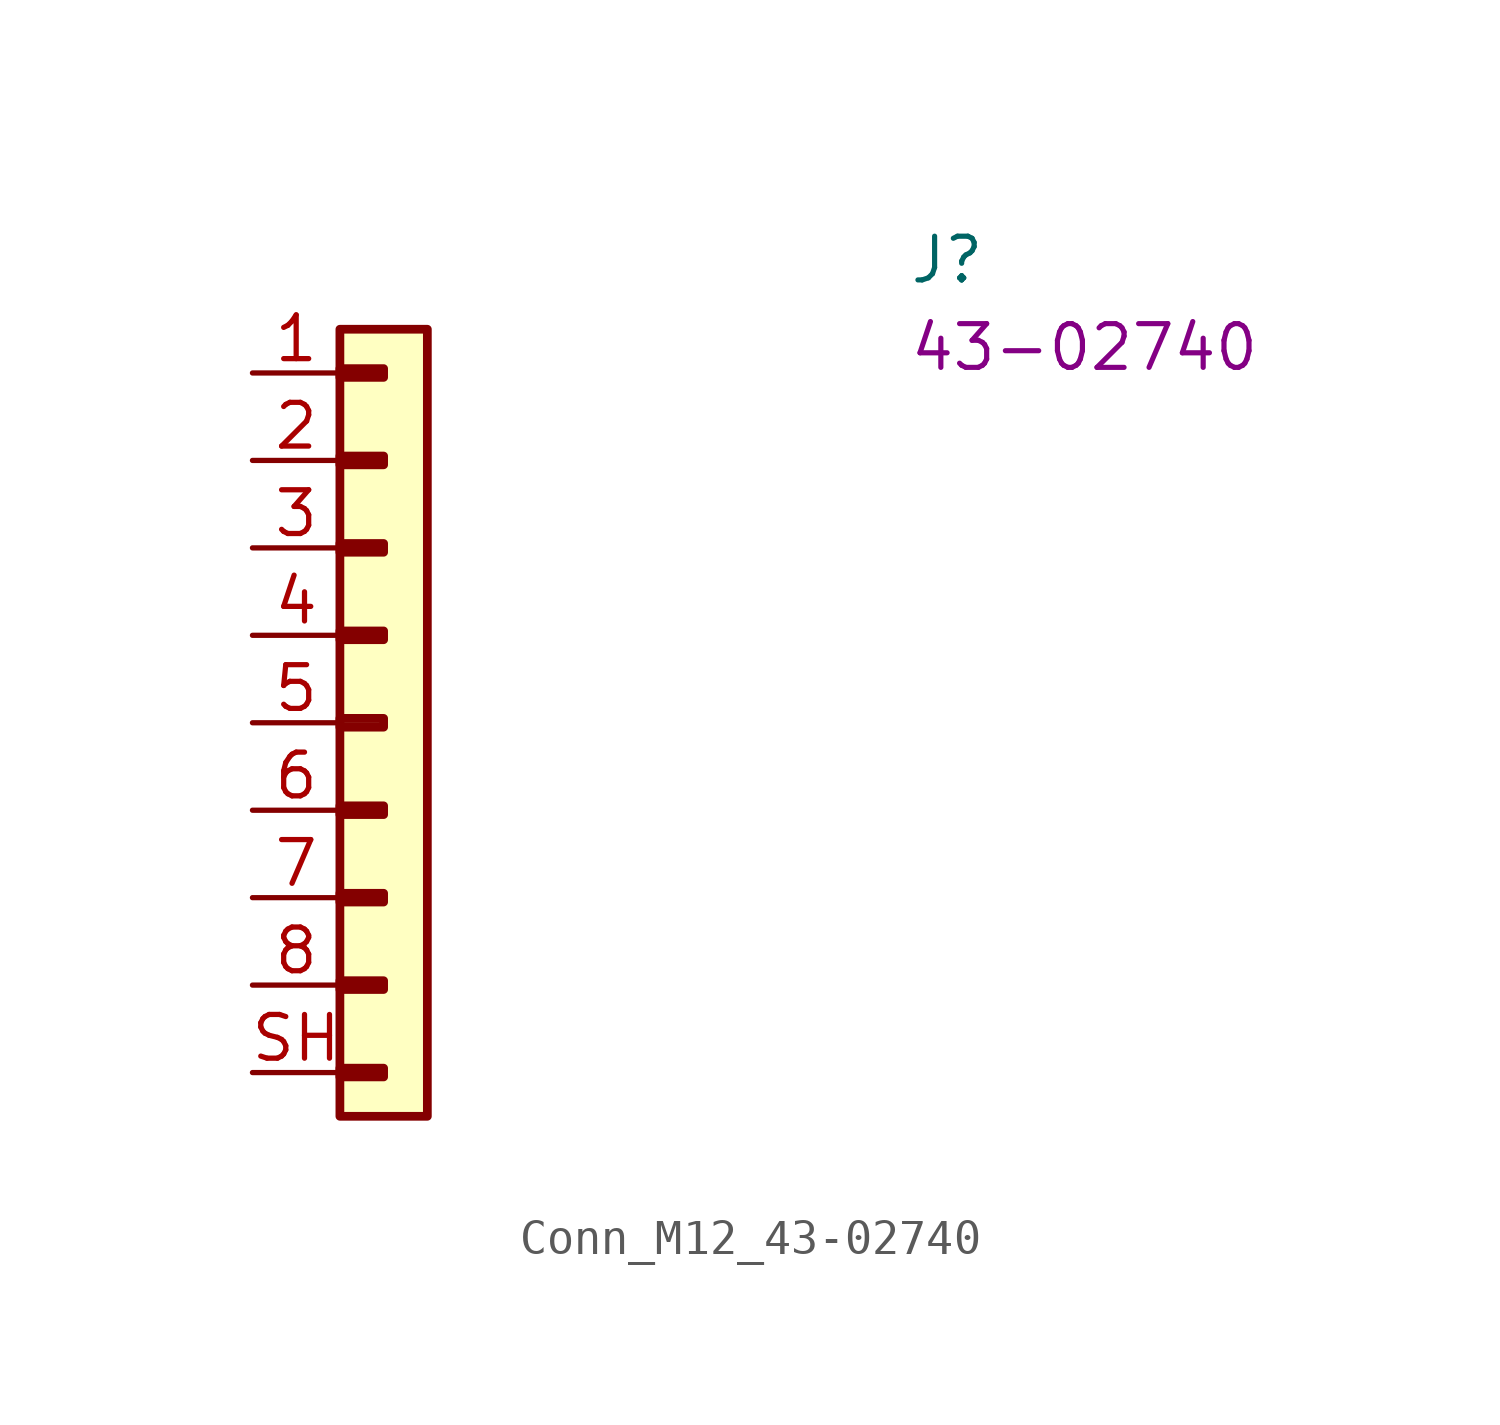
<source format=kicad_sym>
(kicad_symbol_lib
  (version 20220914)
  (generator kicad_symbol_editor)
  (symbol "Conn_M12_43-02740"
    (property "Reference" "J"
      (at 19.05 2.54 0)
      (effects (font (size 1.27 1.27) (thickness 0.15)) (justify left bottom)))
    (property "MPN" "43-02740"
      (at 19.05 0 0)
      (effects (font (size 1.27 1.27) (thickness 0.15)) (justify left bottom)))
    (symbol "Conn_M12_43-02740_1_1"
      (rectangle (start 2.54 -20.193) (end 3.81 -20.447) (stroke (width 0.254) (type default)) (fill (type background)))
      (rectangle (start 2.54 -17.653) (end 3.81 -17.907) (stroke (width 0.254) (type default)) (fill (type background)))
      (rectangle (start 2.54 -15.113) (end 3.81 -15.367) (stroke (width 0.254) (type default)) (fill (type background)))
      (rectangle (start 2.54 -12.573) (end 3.81 -12.827) (stroke (width 0.254) (type default)) (fill (type background)))
      (rectangle (start 2.54 -10.033) (end 3.81 -10.287) (stroke (width 0.254) (type default)) (fill (type background)))
      (rectangle (start 2.54 -7.493) (end 3.81 -7.747) (stroke (width 0.254) (type default)) (fill (type background)))
      (rectangle (start 2.54 -4.953) (end 3.81 -5.207) (stroke (width 0.254) (type default)) (fill (type background)))
      (rectangle (start 2.54 -2.413) (end 3.81 -2.667) (stroke (width 0.254) (type default)) (fill (type background)))
      (rectangle (start 2.54 0.127) (end 3.81 -0.127) (stroke (width 0.254) (type default)) (fill (type background)))
      (rectangle (start 2.54 1.27) (end 5.08 -21.59) (stroke (width 0.254) (type default)) (fill (type background)))
      (pin passive line (at 0 0 0) (length 2.54) (name "~" (effects (font (size 1.27 1.27)))) (number "1" (effects (font (size 1.27 1.27)))))
      (pin passive line (at 0 -2.54 0) (length 2.54) (name "~" (effects (font (size 1.27 1.27)))) (number "2" (effects (font (size 1.27 1.27)))))
      (pin passive line (at 0 -5.08 0) (length 2.54) (name "~" (effects (font (size 1.27 1.27)))) (number "3" (effects (font (size 1.27 1.27)))))
      (pin passive line (at 0 -7.62 0) (length 2.54) (name "~" (effects (font (size 1.27 1.27)))) (number "4" (effects (font (size 1.27 1.27)))))
      (pin passive line (at 0 -10.16 0) (length 2.54) (name "~" (effects (font (size 1.27 1.27)))) (number "5" (effects (font (size 1.27 1.27)))))
      (pin passive line (at 0 -12.7 0) (length 2.54) (name "~" (effects (font (size 1.27 1.27)))) (number "6" (effects (font (size 1.27 1.27)))))
      (pin passive line (at 0 -15.24 0) (length 2.54) (name "~" (effects (font (size 1.27 1.27)))) (number "7" (effects (font (size 1.27 1.27)))))
      (pin passive line (at 0 -17.78 0) (length 2.54) (name "~" (effects (font (size 1.27 1.27)))) (number "8" (effects (font (size 1.27 1.27)))))
      (pin passive line (at 0 -20.32 0) (length 2.54) (name "~" (effects (font (size 1.27 1.27)))) (number "SH" (effects (font (size 1.27 1.27))))))))
</source>
